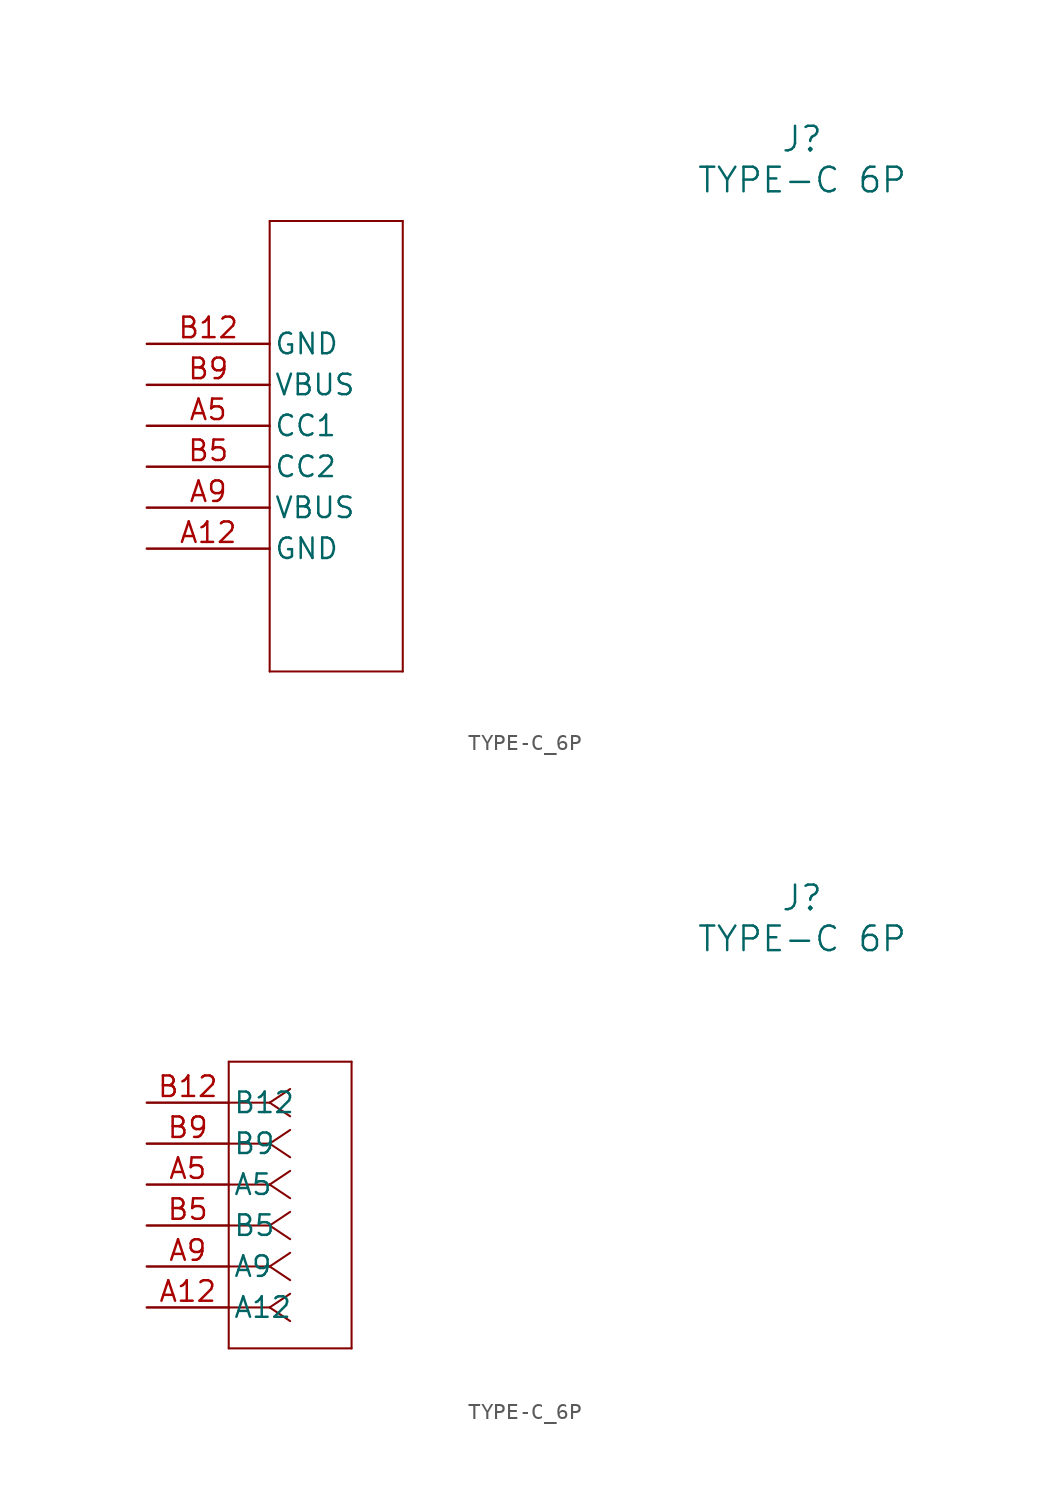
<source format=kicad_sym>
(kicad_symbol_lib
  (version 20241209)
  (generator "kicad_symbol_editor")
  (generator_version "9.0")
  (symbol "TYPE-C_6P"
    (pin_names
      (offset 0.254))
    (property "Reference" "J"
      (at 40.64 12.7 0)
      (effects (font (size 1.524 1.524))))
    (property "Value" "TYPE-C 6P"
      (at 40.64 10.16 0)
      (effects (font (size 1.524 1.524))))
    (property "ki_locked" ""
      (at 0 0 0)
      (effects (font (size 1.27 1.27))))
    (symbol "TYPE-C_6P_1_1"
      (polyline (pts (xy 7.62 7.62) (xy 7.62 -20.32)) (stroke (width 0.127) (type default)) (fill (type none)))
      (polyline (pts (xy 7.62 -20.32) (xy 15.875 -20.32)) (stroke (width 0.127) (type default)) (fill (type none)))
      (polyline (pts (xy 15.875 7.62) (xy 7.62 7.62)) (stroke (width 0.127) (type default)) (fill (type none)))
      (polyline (pts (xy 15.875 -20.32) (xy 15.875 7.62)) (stroke (width 0.127) (type default)) (fill (type none)))
      (pin power_out line (at 0 0 0) (length 7.62) (name "GND" (effects (font (size 1.27 1.27)))) (number "B12" (effects (font (size 1.27 1.27)))))
      (pin power_in line (at 0 -2.54 0) (length 7.62) (name "VBUS" (effects (font (size 1.27 1.27)))) (number "B9" (effects (font (size 1.27 1.27)))))
      (pin bidirectional line (at 0 -5.08 0) (length 7.62) (name "CC1" (effects (font (size 1.27 1.27)))) (number "A5" (effects (font (size 1.27 1.27)))))
      (pin bidirectional line (at 0 -7.62 0) (length 7.62) (name "CC2" (effects (font (size 1.27 1.27)))) (number "B5" (effects (font (size 1.27 1.27)))))
      (pin power_in line (at 0 -10.16 0) (length 7.62) (name "VBUS" (effects (font (size 1.27 1.27)))) (number "A9" (effects (font (size 1.27 1.27)))))
      (pin power_out line (at 0 -12.7 0) (length 7.62) (name "GND" (effects (font (size 1.27 1.27)))) (number "A12" (effects (font (size 1.27 1.27))))))
    (symbol "TYPE-C_6P_1_2"
      (polyline (pts (xy 5.08 2.54) (xy 5.08 -15.24)) (stroke (width 0.127) (type default)) (fill (type none)))
      (polyline (pts (xy 5.08 -15.24) (xy 12.7 -15.24)) (stroke (width 0.127) (type default)) (fill (type none)))
      (polyline (pts (xy 7.62 0) (xy 5.08 0)) (stroke (width 0.127) (type default)) (fill (type none)))
      (polyline (pts (xy 7.62 0) (xy 8.89 0.847)) (stroke (width 0.127) (type default)) (fill (type none)))
      (polyline (pts (xy 7.62 0) (xy 8.89 -0.847)) (stroke (width 0.127) (type default)) (fill (type none)))
      (polyline (pts (xy 7.62 -2.54) (xy 5.08 -2.54)) (stroke (width 0.127) (type default)) (fill (type none)))
      (polyline (pts (xy 7.62 -2.54) (xy 8.89 -1.693)) (stroke (width 0.127) (type default)) (fill (type none)))
      (polyline (pts (xy 7.62 -2.54) (xy 8.89 -3.387)) (stroke (width 0.127) (type default)) (fill (type none)))
      (polyline (pts (xy 7.62 -5.08) (xy 5.08 -5.08)) (stroke (width 0.127) (type default)) (fill (type none)))
      (polyline (pts (xy 7.62 -5.08) (xy 8.89 -4.233)) (stroke (width 0.127) (type default)) (fill (type none)))
      (polyline (pts (xy 7.62 -5.08) (xy 8.89 -5.927)) (stroke (width 0.127) (type default)) (fill (type none)))
      (polyline (pts (xy 7.62 -7.62) (xy 5.08 -7.62)) (stroke (width 0.127) (type default)) (fill (type none)))
      (polyline (pts (xy 7.62 -7.62) (xy 8.89 -6.773)) (stroke (width 0.127) (type default)) (fill (type none)))
      (polyline (pts (xy 7.62 -7.62) (xy 8.89 -8.467)) (stroke (width 0.127) (type default)) (fill (type none)))
      (polyline (pts (xy 7.62 -10.16) (xy 5.08 -10.16)) (stroke (width 0.127) (type default)) (fill (type none)))
      (polyline (pts (xy 7.62 -10.16) (xy 8.89 -9.313)) (stroke (width 0.127) (type default)) (fill (type none)))
      (polyline (pts (xy 7.62 -10.16) (xy 8.89 -11.007)) (stroke (width 0.127) (type default)) (fill (type none)))
      (polyline (pts (xy 7.62 -12.7) (xy 5.08 -12.7)) (stroke (width 0.127) (type default)) (fill (type none)))
      (polyline (pts (xy 7.62 -12.7) (xy 8.89 -11.853)) (stroke (width 0.127) (type default)) (fill (type none)))
      (polyline (pts (xy 7.62 -12.7) (xy 8.89 -13.547)) (stroke (width 0.127) (type default)) (fill (type none)))
      (polyline (pts (xy 12.7 2.54) (xy 5.08 2.54)) (stroke (width 0.127) (type default)) (fill (type none)))
      (polyline (pts (xy 12.7 -15.24) (xy 12.7 2.54)) (stroke (width 0.127) (type default)) (fill (type none)))
      (pin power_out line (at 0 0 0) (length 5.08) (name "B12" (effects (font (size 1.27 1.27)))) (number "B12" (effects (font (size 1.27 1.27)))))
      (pin power_in line (at 0 -2.54 0) (length 5.08) (name "B9" (effects (font (size 1.27 1.27)))) (number "B9" (effects (font (size 1.27 1.27)))))
      (pin bidirectional line (at 0 -5.08 0) (length 5.08) (name "A5" (effects (font (size 1.27 1.27)))) (number "A5" (effects (font (size 1.27 1.27)))))
      (pin bidirectional line (at 0 -7.62 0) (length 5.08) (name "B5" (effects (font (size 1.27 1.27)))) (number "B5" (effects (font (size 1.27 1.27)))))
      (pin power_in line (at 0 -10.16 0) (length 5.08) (name "A9" (effects (font (size 1.27 1.27)))) (number "A9" (effects (font (size 1.27 1.27)))))
      (pin power_out line (at 0 -12.7 0) (length 5.08) (name "A12" (effects (font (size 1.27 1.27)))) (number "A12" (effects (font (size 1.27 1.27))))))))
</source>
